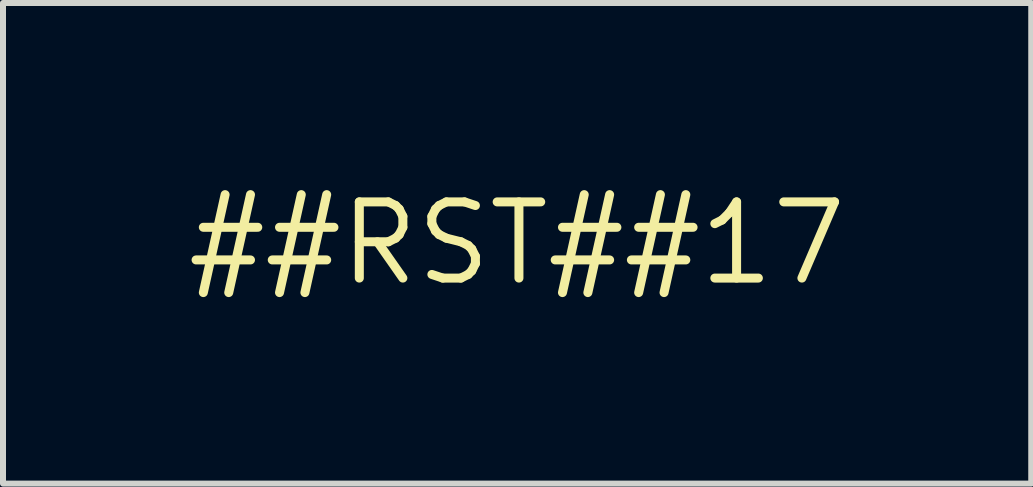
<source format=kicad_pcb>
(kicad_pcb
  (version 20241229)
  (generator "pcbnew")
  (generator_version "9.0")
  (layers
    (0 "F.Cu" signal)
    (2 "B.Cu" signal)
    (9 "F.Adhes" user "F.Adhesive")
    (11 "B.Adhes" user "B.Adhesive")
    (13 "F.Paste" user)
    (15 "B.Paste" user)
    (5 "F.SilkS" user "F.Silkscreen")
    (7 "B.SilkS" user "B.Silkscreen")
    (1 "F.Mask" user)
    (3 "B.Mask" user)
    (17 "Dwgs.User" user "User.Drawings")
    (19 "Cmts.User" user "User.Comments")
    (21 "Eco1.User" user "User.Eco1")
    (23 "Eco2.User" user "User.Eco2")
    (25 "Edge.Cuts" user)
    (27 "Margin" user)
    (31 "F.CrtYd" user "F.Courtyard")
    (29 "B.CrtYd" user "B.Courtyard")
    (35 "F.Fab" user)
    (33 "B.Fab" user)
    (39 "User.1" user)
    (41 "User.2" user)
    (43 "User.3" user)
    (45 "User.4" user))
  (footprint "##RST##17"
    (layer "F.Cu")
    (at 5.571 1.006)
    (property "Reference" "##RST##17" (at 0 0 0) (layer "F.SilkS") (effects (font (size 1.27 1.27) (thickness 0.15))))
    (fp_poly (pts (xy -1.175 0.108) (xy -1.18 0.11) (xy -1.18 0.105) (xy -1.176 0.105)) (stroke (width 0) (type default)) (fill yes) (layer "F.SilkS")))
  (gr_rect
    (start -3 -3)
    (end 14.142 5.012)
    (stroke (width 0.1) (type default))
    (fill no)
    (layer "Edge.Cuts")))
</source>
